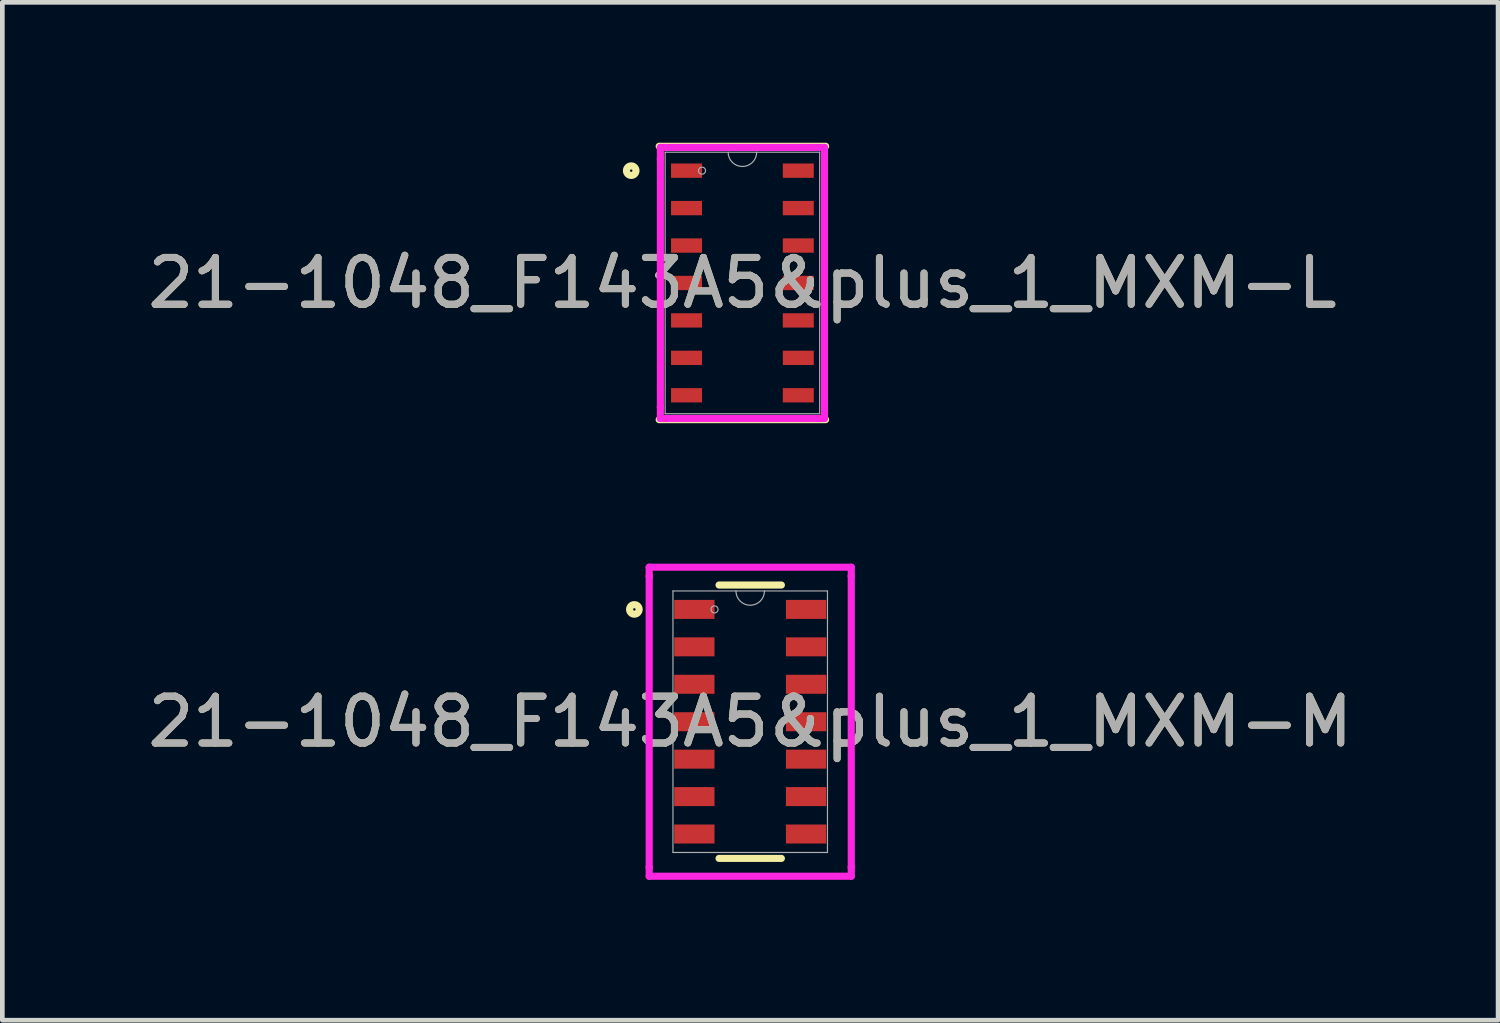
<source format=kicad_pcb>
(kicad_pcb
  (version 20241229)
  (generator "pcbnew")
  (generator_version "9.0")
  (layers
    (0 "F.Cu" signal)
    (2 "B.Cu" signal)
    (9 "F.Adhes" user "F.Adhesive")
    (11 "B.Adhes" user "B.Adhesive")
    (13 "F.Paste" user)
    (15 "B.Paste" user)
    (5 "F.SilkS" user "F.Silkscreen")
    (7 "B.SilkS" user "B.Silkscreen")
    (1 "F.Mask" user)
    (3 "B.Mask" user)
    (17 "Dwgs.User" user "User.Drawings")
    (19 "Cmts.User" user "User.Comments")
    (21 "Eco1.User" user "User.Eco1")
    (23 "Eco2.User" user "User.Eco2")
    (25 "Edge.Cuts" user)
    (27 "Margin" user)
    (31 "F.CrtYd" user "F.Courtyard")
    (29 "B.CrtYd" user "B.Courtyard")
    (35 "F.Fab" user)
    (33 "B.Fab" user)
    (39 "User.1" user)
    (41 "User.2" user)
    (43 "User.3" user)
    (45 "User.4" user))
  (footprint "21-1048_F143A5&plus_1_MXM-M"
    (layer "F.Cu")
    (at 12.982 12.373)
    (property "Reference" "21-1048_F143A5&plus_1_MXM-M" (at 0 0 0) (unlocked yes) (layer "F.SilkS") (effects (font (size 1 1) (thickness 0.15))))
    (attr smd)
    (fp_line (start -0.666 2.921) (end 0.666 2.921) (stroke (width 0.152) (type solid)) (layer "F.SilkS"))
    (fp_line (start 0.666 -2.921) (end -0.666 -2.921) (stroke (width 0.152) (type solid)) (layer "F.SilkS"))
    (fp_circle (center -2.476 -2.4) (end -2.374 -2.4) (stroke (width 0.152) (type solid)) (fill no) (layer "F.SilkS"))
    (fp_line (start -2.159 -3.302) (end 2.159 -3.302) (stroke (width 0.152) (type solid)) (layer "F.CrtYd"))
    (fp_line (start -2.159 -3.111) (end -2.159 -3.302) (stroke (width 0.152) (type solid)) (layer "F.CrtYd"))
    (fp_line (start -2.159 -3.111) (end -2.159 -3.111) (stroke (width 0.152) (type solid)) (layer "F.CrtYd"))
    (fp_line (start -2.159 3.111) (end -2.159 -3.111) (stroke (width 0.152) (type solid)) (layer "F.CrtYd"))
    (fp_line (start -2.159 3.111) (end -2.159 3.111) (stroke (width 0.152) (type solid)) (layer "F.CrtYd"))
    (fp_line (start -2.159 3.302) (end -2.159 3.111) (stroke (width 0.152) (type solid)) (layer "F.CrtYd"))
    (fp_line (start 2.159 -3.302) (end 2.159 -3.111) (stroke (width 0.152) (type solid)) (layer "F.CrtYd"))
    (fp_line (start 2.159 -3.111) (end 2.159 -3.111) (stroke (width 0.152) (type solid)) (layer "F.CrtYd"))
    (fp_line (start 2.159 -3.111) (end 2.159 3.111) (stroke (width 0.152) (type solid)) (layer "F.CrtYd"))
    (fp_line (start 2.159 3.111) (end 2.159 3.111) (stroke (width 0.152) (type solid)) (layer "F.CrtYd"))
    (fp_line (start 2.159 3.111) (end 2.159 3.302) (stroke (width 0.152) (type solid)) (layer "F.CrtYd"))
    (fp_line (start 2.159 3.302) (end -2.159 3.302) (stroke (width 0.152) (type solid)) (layer "F.CrtYd"))
    (fp_line (start -1.651 -2.794) (end -1.651 2.794) (stroke (width 0.025) (type solid)) (layer "F.Fab"))
    (fp_line (start -1.651 2.794) (end 1.651 2.794) (stroke (width 0.025) (type solid)) (layer "F.Fab"))
    (fp_line (start 1.651 -2.794) (end -1.651 -2.794) (stroke (width 0.025) (type solid)) (layer "F.Fab"))
    (fp_line (start 1.651 2.794) (end 1.651 -2.794) (stroke (width 0.025) (type solid)) (layer "F.Fab"))
    (fp_arc (start 0.3048 -2.794) (mid 0 -2.4892) (end -0.3048 -2.794) (stroke (width 0.0254) (type solid)) (layer "F.Fab"))
    (fp_circle (center -0.763 -2.4) (end -0.687 -2.4) (stroke (width 0.025) (type solid)) (fill no) (layer "F.Fab"))
    (fp_text user "${REFERENCE}" (at 0 0 0) (unlocked yes) (layer "F.Fab") (effects (font (size 1 1) (thickness 0.15))))
    (pad "1" smd rect (at -1.194 -2.4) (size 0.862 0.406) (layers "F.Cu" "F.Mask" "F.Paste"))
    (pad "2" smd rect (at -1.194 -1.6) (size 0.862 0.406) (layers "F.Cu" "F.Mask" "F.Paste"))
    (pad "3" smd rect (at -1.194 -0.8) (size 0.862 0.406) (layers "F.Cu" "F.Mask" "F.Paste"))
    (pad "4" smd rect (at -1.194 0) (size 0.862 0.406) (layers "F.Cu" "F.Mask" "F.Paste"))
    (pad "5" smd rect (at -1.194 0.8) (size 0.862 0.406) (layers "F.Cu" "F.Mask" "F.Paste"))
    (pad "6" smd rect (at -1.194 1.6) (size 0.862 0.406) (layers "F.Cu" "F.Mask" "F.Paste"))
    (pad "7" smd rect (at -1.194 2.4) (size 0.862 0.406) (layers "F.Cu" "F.Mask" "F.Paste"))
    (pad "8" smd rect (at 1.194 2.4) (size 0.862 0.406) (layers "F.Cu" "F.Mask" "F.Paste"))
    (pad "9" smd rect (at 1.194 1.6) (size 0.862 0.406) (layers "F.Cu" "F.Mask" "F.Paste"))
    (pad "10" smd rect (at 1.194 0.8) (size 0.862 0.406) (layers "F.Cu" "F.Mask" "F.Paste"))
    (pad "11" smd rect (at 1.194 0) (size 0.862 0.406) (layers "F.Cu" "F.Mask" "F.Paste"))
    (pad "12" smd rect (at 1.194 -0.8) (size 0.862 0.406) (layers "F.Cu" "F.Mask" "F.Paste"))
    (pad "13" smd rect (at 1.194 -1.6) (size 0.862 0.406) (layers "F.Cu" "F.Mask" "F.Paste"))
    (pad "14" smd rect (at 1.194 -2.4) (size 0.862 0.406) (layers "F.Cu" "F.Mask" "F.Paste")))
  (footprint "21-1048_F143A5&plus_1_MXM-L"
    (layer "F.Cu")
    (at 12.815 2.997)
    (property "Reference" "21-1048_F143A5&plus_1_MXM-L" (at 0 0 0) (unlocked yes) (layer "F.SilkS") (effects (font (size 1 1) (thickness 0.15))))
    (attr smd)
    (fp_line (start -1.778 2.921) (end 1.778 2.921) (stroke (width 0.152) (type solid)) (layer "F.SilkS"))
    (fp_line (start 1.778 -2.921) (end -1.778 -2.921) (stroke (width 0.152) (type solid)) (layer "F.SilkS"))
    (fp_circle (center -2.376 -2.4) (end -2.274 -2.4) (stroke (width 0.152) (type solid)) (fill no) (layer "F.SilkS"))
    (fp_line (start -1.753 -2.896) (end 1.753 -2.896) (stroke (width 0.152) (type solid)) (layer "F.CrtYd"))
    (fp_line (start -1.753 -2.654) (end -1.753 -2.896) (stroke (width 0.152) (type solid)) (layer "F.CrtYd"))
    (fp_line (start -1.753 -2.654) (end -1.753 -2.654) (stroke (width 0.152) (type solid)) (layer "F.CrtYd"))
    (fp_line (start -1.753 2.654) (end -1.753 -2.654) (stroke (width 0.152) (type solid)) (layer "F.CrtYd"))
    (fp_line (start -1.753 2.654) (end -1.753 2.654) (stroke (width 0.152) (type solid)) (layer "F.CrtYd"))
    (fp_line (start -1.753 2.896) (end -1.753 2.654) (stroke (width 0.152) (type solid)) (layer "F.CrtYd"))
    (fp_line (start 1.753 -2.896) (end 1.753 -2.654) (stroke (width 0.152) (type solid)) (layer "F.CrtYd"))
    (fp_line (start 1.753 -2.654) (end 1.753 -2.654) (stroke (width 0.152) (type solid)) (layer "F.CrtYd"))
    (fp_line (start 1.753 -2.654) (end 1.753 2.654) (stroke (width 0.152) (type solid)) (layer "F.CrtYd"))
    (fp_line (start 1.753 2.654) (end 1.753 2.654) (stroke (width 0.152) (type solid)) (layer "F.CrtYd"))
    (fp_line (start 1.753 2.654) (end 1.753 2.896) (stroke (width 0.152) (type solid)) (layer "F.CrtYd"))
    (fp_line (start 1.753 2.896) (end -1.753 2.896) (stroke (width 0.152) (type solid)) (layer "F.CrtYd"))
    (fp_line (start -1.651 -2.794) (end -1.651 2.794) (stroke (width 0.025) (type solid)) (layer "F.Fab"))
    (fp_line (start -1.651 2.794) (end 1.651 2.794) (stroke (width 0.025) (type solid)) (layer "F.Fab"))
    (fp_line (start 1.651 -2.794) (end -1.651 -2.794) (stroke (width 0.025) (type solid)) (layer "F.Fab"))
    (fp_line (start 1.651 2.794) (end 1.651 -2.794) (stroke (width 0.025) (type solid)) (layer "F.Fab"))
    (fp_arc (start 0.3048 -2.794) (mid 0 -2.4892) (end -0.3048 -2.794) (stroke (width 0.0254) (type solid)) (layer "F.Fab"))
    (fp_circle (center -0.863 -2.4) (end -0.787 -2.4) (stroke (width 0.025) (type solid)) (fill no) (layer "F.Fab"))
    (fp_text user "${REFERENCE}" (at 0 0 0) (unlocked yes) (layer "F.Fab") (effects (font (size 1 1) (thickness 0.15))))
    (pad "1" smd rect (at -1.194 -2.4) (size 0.662 0.306) (layers "F.Cu" "F.Mask" "F.Paste"))
    (pad "2" smd rect (at -1.194 -1.6) (size 0.662 0.306) (layers "F.Cu" "F.Mask" "F.Paste"))
    (pad "3" smd rect (at -1.194 -0.8) (size 0.662 0.306) (layers "F.Cu" "F.Mask" "F.Paste"))
    (pad "4" smd rect (at -1.194 0) (size 0.662 0.306) (layers "F.Cu" "F.Mask" "F.Paste"))
    (pad "5" smd rect (at -1.194 0.8) (size 0.662 0.306) (layers "F.Cu" "F.Mask" "F.Paste"))
    (pad "6" smd rect (at -1.194 1.6) (size 0.662 0.306) (layers "F.Cu" "F.Mask" "F.Paste"))
    (pad "7" smd rect (at -1.194 2.4) (size 0.662 0.306) (layers "F.Cu" "F.Mask" "F.Paste"))
    (pad "8" smd rect (at 1.194 2.4) (size 0.662 0.306) (layers "F.Cu" "F.Mask" "F.Paste"))
    (pad "9" smd rect (at 1.194 1.6) (size 0.662 0.306) (layers "F.Cu" "F.Mask" "F.Paste"))
    (pad "10" smd rect (at 1.194 0.8) (size 0.662 0.306) (layers "F.Cu" "F.Mask" "F.Paste"))
    (pad "11" smd rect (at 1.194 0) (size 0.662 0.306) (layers "F.Cu" "F.Mask" "F.Paste"))
    (pad "12" smd rect (at 1.194 -0.8) (size 0.662 0.306) (layers "F.Cu" "F.Mask" "F.Paste"))
    (pad "13" smd rect (at 1.194 -1.6) (size 0.662 0.306) (layers "F.Cu" "F.Mask" "F.Paste"))
    (pad "14" smd rect (at 1.194 -2.4) (size 0.662 0.306) (layers "F.Cu" "F.Mask" "F.Paste")))
  (gr_rect
    (start -3 -3)
    (end 28.964 18.751)
    (stroke (width 0.1) (type default))
    (fill no)
    (layer "Edge.Cuts")))
</source>
